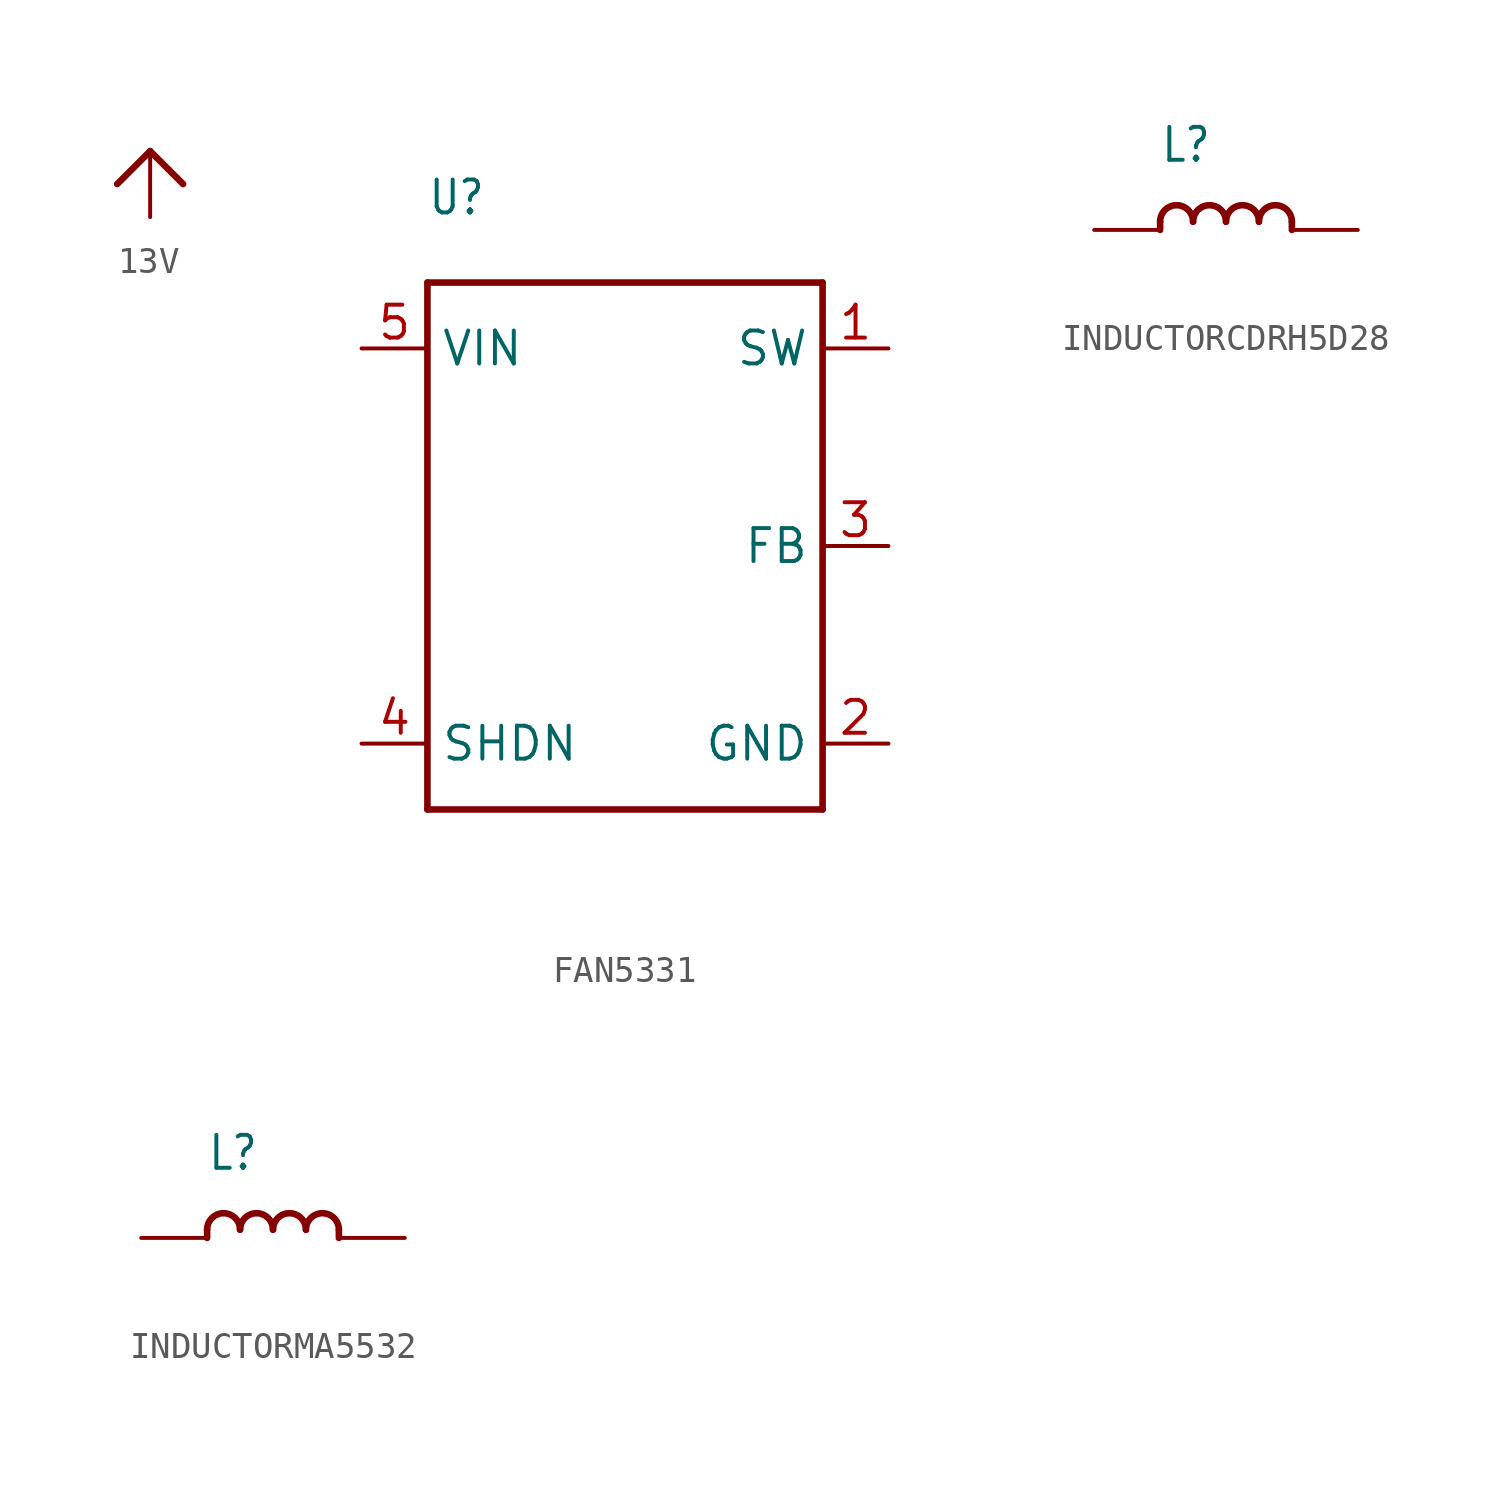
<source format=kicad_sym>
(kicad_symbol_lib
  (version 20231120)
  (generator "kicad_symbol_editor")
  (generator_version "8.0")
  (symbol "13V"
    (power)
    (property "Reference" ""
      (at 0 0 0)
      (effects (font (size 1.27 1.27)) (hide yes)))
    (property "Value" ""
      (at -1.524 1.016 0)
      (effects (font (size 1.27 1.079)) (justify left bottom)))
    (property "ki_locked" ""
      (at 0 0 0)
      (effects (font (size 1.27 1.27))))
    (symbol "13V_1_0"
      (polyline (pts (xy -1.27 -1.27) (xy 0 0)) (stroke (width 0.254) (type solid)) (fill (type none)))
      (polyline (pts (xy 0 0) (xy 1.27 -1.27)) (stroke (width 0.254) (type solid)) (fill (type none)))
      (pin power_in line (at 0 -2.54 90) (length 2.54) (name "13V" (effects (font (size 0 0)))) (number "1" (effects (font (size 0 0)))))))
  (symbol "FAN5331"
    (property "Reference" "U"
      (at -7.62 12.7 0)
      (effects (font (size 1.27 1.079)) (justify left bottom)))
    (property "Value" ""
      (at -7.62 -12.7 0)
      (effects (font (size 1.27 1.079)) (justify left bottom)))
    (property "ki_locked" ""
      (at 0 0 0)
      (effects (font (size 1.27 1.27))))
    (symbol "FAN5331_1_0"
      (polyline (pts (xy -7.62 -10.16) (xy -7.62 10.16)) (stroke (width 0.254) (type solid)) (fill (type none)))
      (polyline (pts (xy -7.62 10.16) (xy 7.62 10.16)) (stroke (width 0.254) (type solid)) (fill (type none)))
      (polyline (pts (xy 7.62 -10.16) (xy -7.62 -10.16)) (stroke (width 0.254) (type solid)) (fill (type none)))
      (polyline (pts (xy 7.62 10.16) (xy 7.62 -10.16)) (stroke (width 0.254) (type solid)) (fill (type none)))
      (pin bidirectional line (at 10.16 7.62 180) (length 2.54) (name "SW" (effects (font (size 1.27 1.27)))) (number "1" (effects (font (size 1.27 1.27)))))
      (pin bidirectional line (at 10.16 -7.62 180) (length 2.54) (name "GND" (effects (font (size 1.27 1.27)))) (number "2" (effects (font (size 1.27 1.27)))))
      (pin bidirectional line (at 10.16 0 180) (length 2.54) (name "FB" (effects (font (size 1.27 1.27)))) (number "3" (effects (font (size 1.27 1.27)))))
      (pin bidirectional line (at -10.16 -7.62 0) (length 2.54) (name "SHDN" (effects (font (size 1.27 1.27)))) (number "4" (effects (font (size 1.27 1.27)))))
      (pin bidirectional line (at -10.16 7.62 0) (length 2.54) (name "VIN" (effects (font (size 1.27 1.27)))) (number "5" (effects (font (size 1.27 1.27)))))))
  (symbol "INDUCTORCDRH5D28"
    (property "Reference" "L"
      (at -2.54 2.54 0)
      (effects (font (size 1.27 1.079)) (justify left bottom)))
    (property "Value" ""
      (at -2.54 -2.54 0)
      (effects (font (size 1.27 1.079)) (justify left bottom)))
    (property "ki_locked" ""
      (at 0 0 0)
      (effects (font (size 1.27 1.27))))
    (symbol "INDUCTORCDRH5D28_1_0"
      (arc (start -1.27 0.3173) (mid -1.9049 0.9524) (end -2.54 0.3175) (stroke (width 0.254) (type solid)) (fill (type none)))
      (polyline (pts (xy -2.54 0.318) (xy -2.54 0)) (stroke (width 0.254) (type solid)) (fill (type none)))
      (polyline (pts (xy 2.54 0.318) (xy 2.54 0)) (stroke (width 0.254) (type solid)) (fill (type none)))
      (arc (start 0 0.3173) (mid -0.6349 0.9524) (end -1.27 0.3175) (stroke (width 0.254) (type solid)) (fill (type none)))
      (arc (start 1.27 0.3173) (mid 0.6351 0.9524) (end 0 0.3175) (stroke (width 0.254) (type solid)) (fill (type none)))
      (arc (start 2.54 0.3173) (mid 1.9051 0.9524) (end 1.27 0.3175) (stroke (width 0.254) (type solid)) (fill (type none)))
      (pin passive line (at -5.08 0 0) (length 2.54) (name "1" (effects (font (size 0 0)))) (number "P$1" (effects (font (size 0 0)))))
      (pin passive line (at 5.08 0 180) (length 2.54) (name "2" (effects (font (size 0 0)))) (number "P$2" (effects (font (size 0 0)))))))
  (symbol "INDUCTORMA5532"
    (property "Reference" "L"
      (at -2.54 2.54 0)
      (effects (font (size 1.27 1.079)) (justify left bottom)))
    (property "Value" ""
      (at -2.54 -2.54 0)
      (effects (font (size 1.27 1.079)) (justify left bottom)))
    (property "ki_locked" ""
      (at 0 0 0)
      (effects (font (size 1.27 1.27))))
    (symbol "INDUCTORMA5532_1_0"
      (arc (start -1.27 0.3173) (mid -1.9049 0.9524) (end -2.54 0.3175) (stroke (width 0.254) (type solid)) (fill (type none)))
      (polyline (pts (xy -2.54 0.318) (xy -2.54 0)) (stroke (width 0.254) (type solid)) (fill (type none)))
      (polyline (pts (xy 2.54 0.318) (xy 2.54 0)) (stroke (width 0.254) (type solid)) (fill (type none)))
      (arc (start 0 0.3173) (mid -0.6349 0.9524) (end -1.27 0.3175) (stroke (width 0.254) (type solid)) (fill (type none)))
      (arc (start 1.27 0.3173) (mid 0.6351 0.9524) (end 0 0.3175) (stroke (width 0.254) (type solid)) (fill (type none)))
      (arc (start 2.54 0.3173) (mid 1.9051 0.9524) (end 1.27 0.3175) (stroke (width 0.254) (type solid)) (fill (type none)))
      (pin passive line (at -5.08 0 0) (length 2.54) (name "1" (effects (font (size 0 0)))) (number "1" (effects (font (size 0 0)))))
      (pin passive line (at 5.08 0 180) (length 2.54) (name "2" (effects (font (size 0 0)))) (number "2" (effects (font (size 0 0))))))))
</source>
